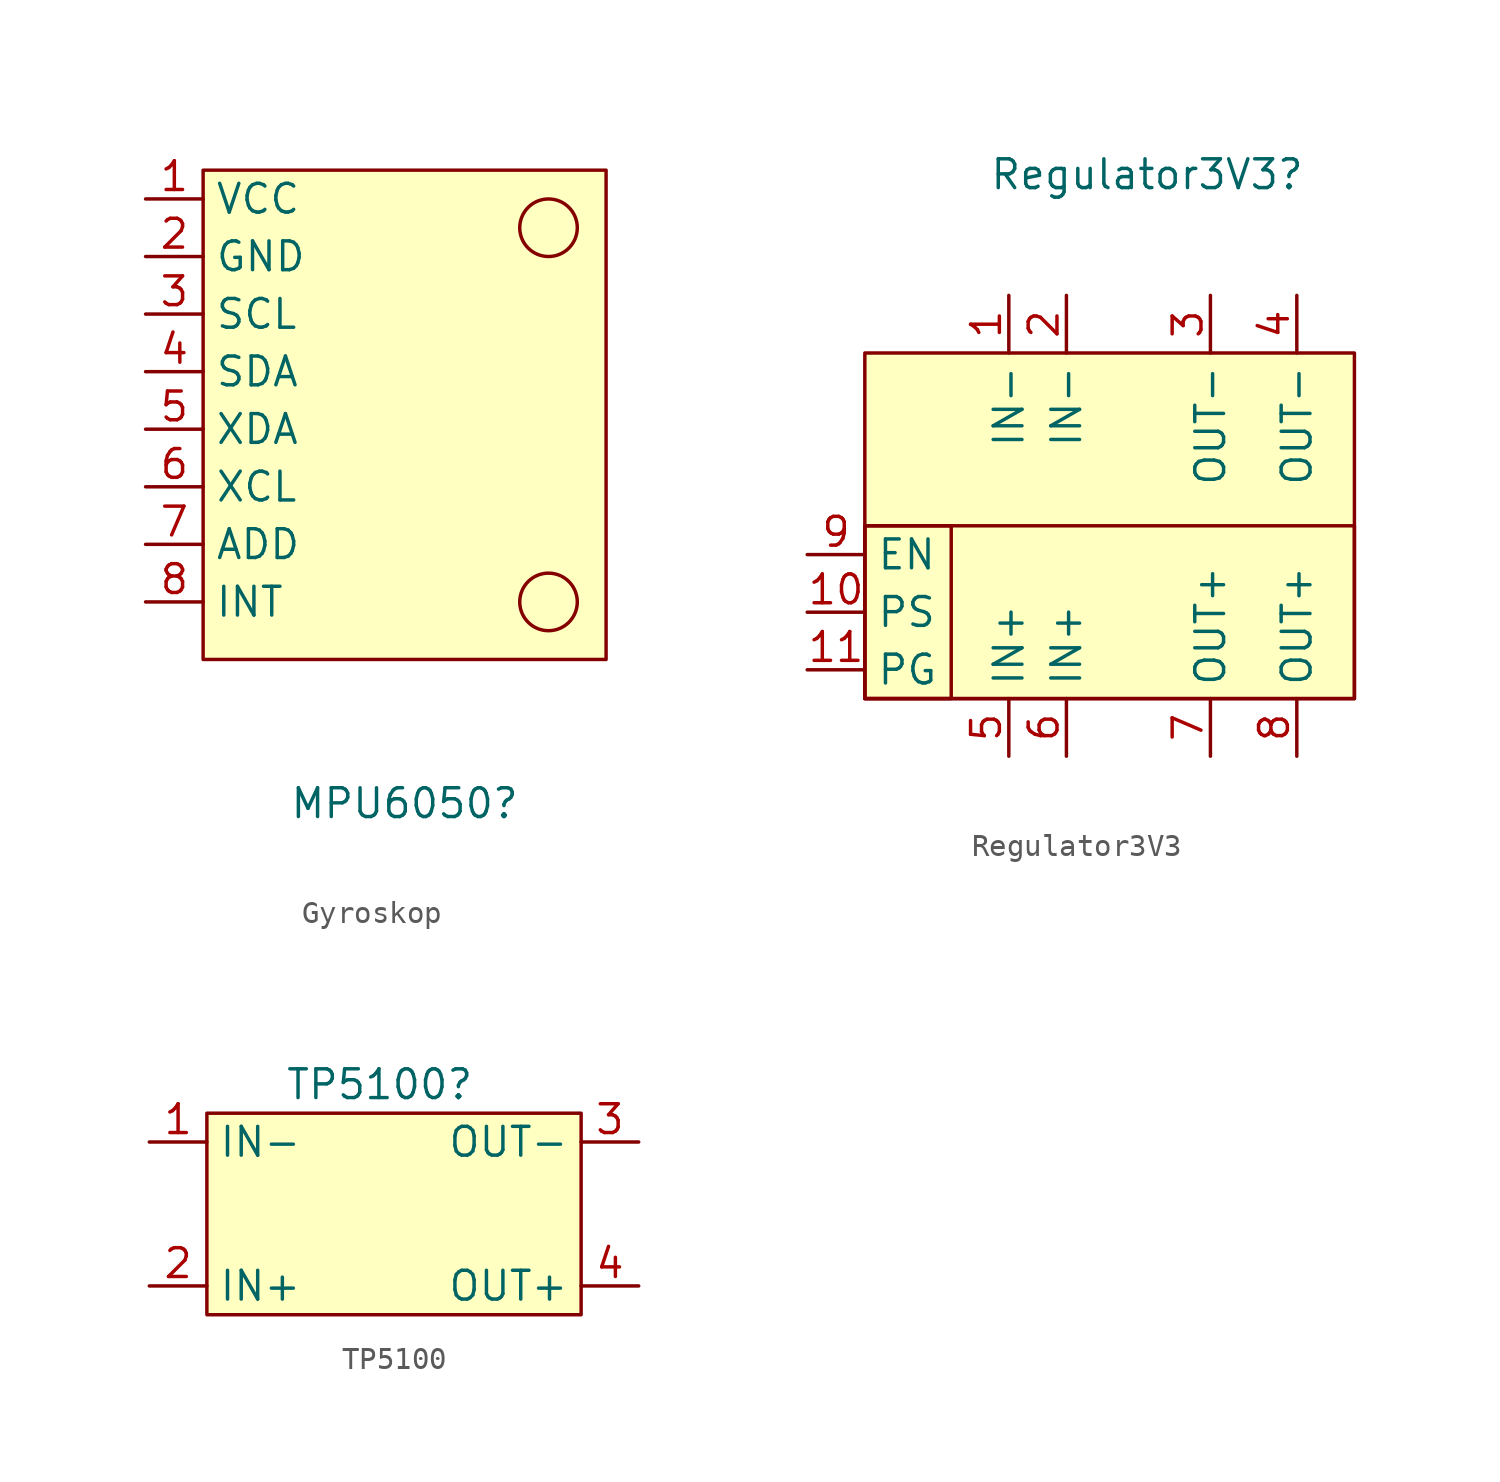
<source format=kicad_sym>
(kicad_symbol_lib
  (version 20241209)
  (generator "kicad_symbol_editor")
  (generator_version "9.0")
  (symbol "Gyroskop"
    (property "Reference" "MPU6050"
      (at 0 -16.51 0)
      (effects (font (size 1.27 1.27))))
    (property "Value" ""
      (at 0 0 0)
      (effects (font (size 1.27 1.27))))
    (symbol "Gyroskop_1_1"
      (rectangle (start -8.89 11.43) (end 8.89 -10.16) (stroke (width 0) (type default)) (fill (type background)))
      (circle (center 6.35 8.89) (radius 1.27) (stroke (width 0) (type default)) (fill (type none)))
      (circle (center 6.35 -7.62) (radius 1.27) (stroke (width 0) (type default)) (fill (type none)))
      (pin input line (at -11.43 10.16 0) (length 2.54) (name "VCC" (effects (font (size 1.27 1.27)))) (number "1" (effects (font (size 1.27 1.27)))))
      (pin input line (at -11.43 7.62 0) (length 2.54) (name "GND" (effects (font (size 1.27 1.27)))) (number "2" (effects (font (size 1.27 1.27)))))
      (pin input line (at -11.43 5.08 0) (length 2.54) (name "SCL" (effects (font (size 1.27 1.27)))) (number "3" (effects (font (size 1.27 1.27)))))
      (pin input line (at -11.43 2.54 0) (length 2.54) (name "SDA" (effects (font (size 1.27 1.27)))) (number "4" (effects (font (size 1.27 1.27)))))
      (pin input line (at -11.43 0 0) (length 2.54) (name "XDA" (effects (font (size 1.27 1.27)))) (number "5" (effects (font (size 1.27 1.27)))))
      (pin input line (at -11.43 -2.54 0) (length 2.54) (name "XCL" (effects (font (size 1.27 1.27)))) (number "6" (effects (font (size 1.27 1.27)))))
      (pin input line (at -11.43 -5.08 0) (length 2.54) (name "ADD" (effects (font (size 1.27 1.27)))) (number "7" (effects (font (size 1.27 1.27)))))
      (pin input line (at -11.43 -7.62 0) (length 2.54) (name "INT" (effects (font (size 1.27 1.27)))) (number "8" (effects (font (size 1.27 1.27)))))))
  (symbol "Regulator3V3"
    (property "Reference" "Regulator3V3"
      (at -0.254 14.224 0)
      (effects (font (size 1.27 1.27))))
    (property "Value" ""
      (at 0 0 0)
      (effects (font (size 1.27 1.27))))
    (symbol "Regulator3V3_1_1"
      (rectangle (start -12.7 6.35) (end 8.89 -8.89) (stroke (width 0) (type solid)) (fill (type background)))
      (rectangle (start -12.7 -1.27) (end -8.89 -8.89) (stroke (width 0) (type default)) (fill (type none)))
      (rectangle (start 8.89 -1.27) (end -12.7 -8.89) (stroke (width 0) (type default)) (fill (type none)))
      (pin input line (at -15.24 -2.54 0) (length 2.54) (name "EN" (effects (font (size 1.27 1.27)))) (number "9" (effects (font (size 1.27 1.27)))))
      (pin input line (at -15.24 -5.08 0) (length 2.54) (name "PS" (effects (font (size 1.27 1.27)))) (number "10" (effects (font (size 1.27 1.27)))))
      (pin input line (at -15.24 -7.62 0) (length 2.54) (name "PG" (effects (font (size 1.27 1.27)))) (number "11" (effects (font (size 1.27 1.27)))))
      (pin input line (at -6.35 8.89 270) (length 2.54) (name "IN-" (effects (font (size 1.27 1.27)))) (number "1" (effects (font (size 1.27 1.27)))))
      (pin input line (at -6.35 -11.43 90) (length 2.54) (name "IN+" (effects (font (size 1.27 1.27)))) (number "5" (effects (font (size 1.27 1.27)))))
      (pin input line (at -3.81 8.89 270) (length 2.54) (name "IN-" (effects (font (size 1.27 1.27)))) (number "2" (effects (font (size 1.27 1.27)))))
      (pin input line (at -3.81 -11.43 90) (length 2.54) (name "IN+" (effects (font (size 1.27 1.27)))) (number "6" (effects (font (size 1.27 1.27)))))
      (pin input line (at 2.54 8.89 270) (length 2.54) (name "OUT-" (effects (font (size 1.27 1.27)))) (number "3" (effects (font (size 1.27 1.27)))))
      (pin input line (at 2.54 -11.43 90) (length 2.54) (name "OUT+" (effects (font (size 1.27 1.27)))) (number "7" (effects (font (size 1.27 1.27)))))
      (pin input line (at 6.35 8.89 270) (length 2.54) (name "OUT-" (effects (font (size 1.27 1.27)))) (number "4" (effects (font (size 1.27 1.27)))))
      (pin input line (at 6.35 -11.43 90) (length 2.54) (name "OUT+" (effects (font (size 1.27 1.27)))) (number "8" (effects (font (size 1.27 1.27)))))))
  (symbol "TP5100"
    (property "Reference" "TP5100"
      (at 0 3.81 0)
      (effects (font (size 1.27 1.27))))
    (property "Value" ""
      (at 0 0 0)
      (effects (font (size 1.27 1.27))))
    (symbol "TP5100_1_1"
      (rectangle (start -7.62 2.54) (end 8.89 -6.35) (stroke (width 0) (type default)) (fill (type background)))
      (pin input line (at -10.16 1.27 0) (length 2.54) (name "IN-" (effects (font (size 1.27 1.27)))) (number "1" (effects (font (size 1.27 1.27)))))
      (pin input line (at -10.16 -5.08 0) (length 2.54) (name "IN+" (effects (font (size 1.27 1.27)))) (number "2" (effects (font (size 1.27 1.27)))))
      (pin input line (at 11.43 1.27 180) (length 2.54) (name "OUT-" (effects (font (size 1.27 1.27)))) (number "3" (effects (font (size 1.27 1.27)))))
      (pin input line (at 11.43 -5.08 180) (length 2.54) (name "OUT+" (effects (font (size 1.27 1.27)))) (number "4" (effects (font (size 1.27 1.27))))))))
</source>
